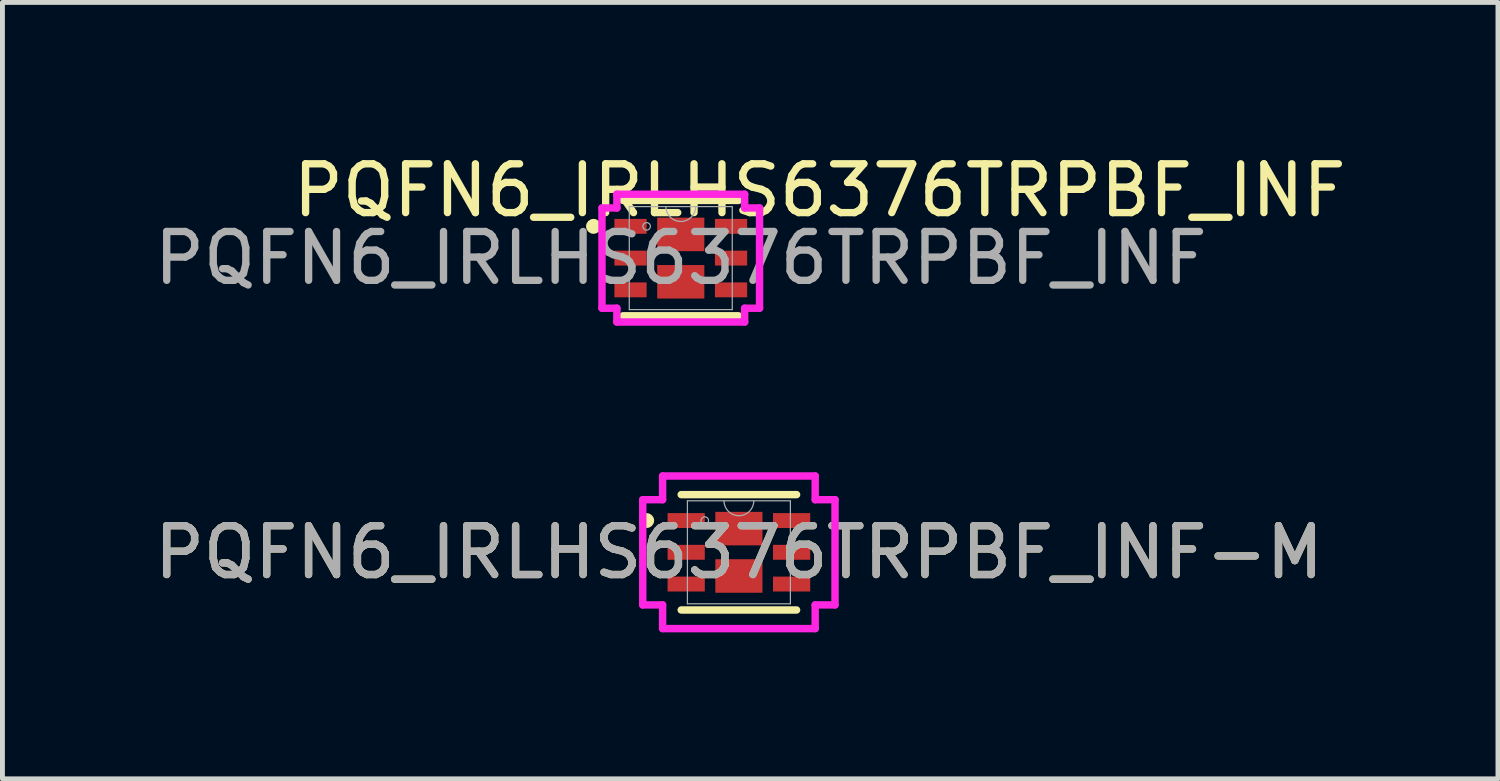
<source format=kicad_pcb>
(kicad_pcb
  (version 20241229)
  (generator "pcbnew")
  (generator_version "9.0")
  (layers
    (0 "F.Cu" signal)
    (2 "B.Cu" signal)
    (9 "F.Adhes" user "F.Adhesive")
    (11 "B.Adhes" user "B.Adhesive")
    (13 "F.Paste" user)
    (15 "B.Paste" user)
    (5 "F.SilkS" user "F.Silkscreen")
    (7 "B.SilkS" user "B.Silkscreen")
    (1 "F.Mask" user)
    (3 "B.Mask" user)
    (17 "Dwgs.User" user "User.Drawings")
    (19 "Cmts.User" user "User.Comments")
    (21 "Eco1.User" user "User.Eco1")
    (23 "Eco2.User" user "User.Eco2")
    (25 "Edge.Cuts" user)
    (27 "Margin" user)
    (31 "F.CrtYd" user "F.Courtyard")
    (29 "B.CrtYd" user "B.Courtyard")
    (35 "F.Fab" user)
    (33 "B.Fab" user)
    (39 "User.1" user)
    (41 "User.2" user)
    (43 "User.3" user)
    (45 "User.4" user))
  (footprint "PQFN6_IRLHS6376TRPBF_INF-M"
    (layer "F.Cu")
    (at 12.077 8.257)
    (property "Reference" "PQFN6_IRLHS6376TRPBF_INF-M" (at 0 0 0) (unlocked yes) (layer "F.SilkS") (effects (font (size 1 1) (thickness 0.15))))
    (attr smd)
    (fp_line (start -1.181 1.181) (end 1.181 1.181) (stroke (width 0.152) (type solid)) (layer "F.SilkS"))
    (fp_line (start 1.181 -1.181) (end -1.181 -1.181) (stroke (width 0.152) (type solid)) (layer "F.SilkS"))
    (fp_circle (center -1.887 -0.65) (end -1.811 -0.65) (stroke (width 0.152) (type solid)) (fill no) (layer "F.SilkS"))
    (fp_line (start -1.968 -1.077) (end -1.562 -1.077) (stroke (width 0.152) (type solid)) (layer "F.CrtYd"))
    (fp_line (start -1.968 1.077) (end -1.968 -1.077) (stroke (width 0.152) (type solid)) (layer "F.CrtYd"))
    (fp_line (start -1.968 1.077) (end -1.562 1.077) (stroke (width 0.152) (type solid)) (layer "F.CrtYd"))
    (fp_line (start -1.562 -1.562) (end 1.562 -1.562) (stroke (width 0.152) (type solid)) (layer "F.CrtYd"))
    (fp_line (start -1.562 -1.077) (end -1.562 -1.562) (stroke (width 0.152) (type solid)) (layer "F.CrtYd"))
    (fp_line (start -1.562 1.562) (end -1.562 1.077) (stroke (width 0.152) (type solid)) (layer "F.CrtYd"))
    (fp_line (start 1.562 -1.562) (end 1.562 -1.077) (stroke (width 0.152) (type solid)) (layer "F.CrtYd"))
    (fp_line (start 1.562 1.077) (end 1.562 1.562) (stroke (width 0.152) (type solid)) (layer "F.CrtYd"))
    (fp_line (start 1.562 1.562) (end -1.562 1.562) (stroke (width 0.152) (type solid)) (layer "F.CrtYd"))
    (fp_line (start 1.968 -1.077) (end 1.562 -1.077) (stroke (width 0.152) (type solid)) (layer "F.CrtYd"))
    (fp_line (start 1.968 -1.077) (end 1.968 1.077) (stroke (width 0.152) (type solid)) (layer "F.CrtYd"))
    (fp_line (start 1.968 1.077) (end 1.562 1.077) (stroke (width 0.152) (type solid)) (layer "F.CrtYd"))
    (fp_line (start -1.054 -1.054) (end -1.054 1.054) (stroke (width 0.025) (type solid)) (layer "F.Fab"))
    (fp_line (start -1.054 1.054) (end 1.054 1.054) (stroke (width 0.025) (type solid)) (layer "F.Fab"))
    (fp_line (start 1.054 -1.054) (end -1.054 -1.054) (stroke (width 0.025) (type solid)) (layer "F.Fab"))
    (fp_line (start 1.054 1.054) (end 1.054 -1.054) (stroke (width 0.025) (type solid)) (layer "F.Fab"))
    (fp_arc (start 0.3048 -1.0541) (mid 0 -0.7493) (end -0.3048 -1.0541) (stroke (width 0.0254) (type solid)) (layer "F.Fab"))
    (fp_circle (center -0.699 -0.65) (end -0.622 -0.65) (stroke (width 0.025) (type solid)) (fill no) (layer "F.Fab"))
    (fp_text user "${REFERENCE}" (at 0 0 0) (unlocked yes) (layer "F.Fab") (effects (font (size 1 1) (thickness 0.15))))
    (pad "1" smd rect (at -1.079 -0.65) (size 0.762 0.305) (layers "F.Cu" "F.Mask" "F.Paste"))
    (pad "2" smd rect (at -1.079 0) (size 0.762 0.305) (layers "F.Cu" "F.Mask" "F.Paste"))
    (pad "3" smd rect (at -1.079 0.65) (size 0.762 0.305) (layers "F.Cu" "F.Mask" "F.Paste"))
    (pad "4" smd rect (at 1.079 0.65) (size 0.762 0.305) (layers "F.Cu" "F.Mask" "F.Paste"))
    (pad "5" smd rect (at 1.079 0) (size 0.762 0.305) (layers "F.Cu" "F.Mask" "F.Paste"))
    (pad "6" smd rect (at 1.079 -0.65) (size 0.762 0.305) (layers "F.Cu" "F.Mask" "F.Paste"))
    (pad "7" smd rect (at 0 -0.485) (size 0.965 0.686) (layers "F.Cu" "F.Mask" "F.Paste"))
    (pad "8" smd rect (at 0 0.485) (size 0.965 0.686) (layers "F.Cu" "F.Mask" "F.Paste")))
  (footprint "PQFN6_IRLHS6376TRPBF_INF"
    (layer "F.Cu")
    (at 10.887 2.234)
    (property "Reference" "PQFN6_IRLHS6376TRPBF_INF" (at 2.843 -1.386 0) (unlocked yes) (layer "F.SilkS") (effects (font (size 1 1) (thickness 0.15))))
    (attr smd)
    (fp_line (start -1.181 1.181) (end 1.181 1.181) (stroke (width 0.152) (type solid)) (layer "F.SilkS"))
    (fp_line (start 1.181 -1.181) (end -1.181 -1.181) (stroke (width 0.152) (type solid)) (layer "F.SilkS"))
    (fp_circle (center -1.786 -0.65) (end -1.709 -0.65) (stroke (width 0.152) (type solid)) (fill no) (layer "F.SilkS"))
    (fp_line (start -1.613 -1.026) (end -1.308 -1.026) (stroke (width 0.152) (type solid)) (layer "F.CrtYd"))
    (fp_line (start -1.613 1.026) (end -1.613 -1.026) (stroke (width 0.152) (type solid)) (layer "F.CrtYd"))
    (fp_line (start -1.613 1.026) (end -1.308 1.026) (stroke (width 0.152) (type solid)) (layer "F.CrtYd"))
    (fp_line (start -1.308 -1.308) (end 1.308 -1.308) (stroke (width 0.152) (type solid)) (layer "F.CrtYd"))
    (fp_line (start -1.308 -1.026) (end -1.308 -1.308) (stroke (width 0.152) (type solid)) (layer "F.CrtYd"))
    (fp_line (start -1.308 1.308) (end -1.308 1.026) (stroke (width 0.152) (type solid)) (layer "F.CrtYd"))
    (fp_line (start 1.308 -1.308) (end 1.308 -1.026) (stroke (width 0.152) (type solid)) (layer "F.CrtYd"))
    (fp_line (start 1.308 1.026) (end 1.308 1.308) (stroke (width 0.152) (type solid)) (layer "F.CrtYd"))
    (fp_line (start 1.308 1.308) (end -1.308 1.308) (stroke (width 0.152) (type solid)) (layer "F.CrtYd"))
    (fp_line (start 1.613 -1.026) (end 1.308 -1.026) (stroke (width 0.152) (type solid)) (layer "F.CrtYd"))
    (fp_line (start 1.613 -1.026) (end 1.613 1.026) (stroke (width 0.152) (type solid)) (layer "F.CrtYd"))
    (fp_line (start 1.613 1.026) (end 1.308 1.026) (stroke (width 0.152) (type solid)) (layer "F.CrtYd"))
    (fp_line (start -1.054 -1.054) (end -1.054 1.054) (stroke (width 0.025) (type solid)) (layer "F.Fab"))
    (fp_line (start -1.054 1.054) (end 1.054 1.054) (stroke (width 0.025) (type solid)) (layer "F.Fab"))
    (fp_line (start 1.054 -1.054) (end -1.054 -1.054) (stroke (width 0.025) (type solid)) (layer "F.Fab"))
    (fp_line (start 1.054 1.054) (end 1.054 -1.054) (stroke (width 0.025) (type solid)) (layer "F.Fab"))
    (fp_arc (start 0.3048 -1.0541) (mid 0 -0.7493) (end -0.3048 -1.0541) (stroke (width 0.0254) (type solid)) (layer "F.Fab"))
    (fp_circle (center -0.699 -0.65) (end -0.622 -0.65) (stroke (width 0.025) (type solid)) (fill no) (layer "F.Fab"))
    (fp_text user "${REFERENCE}" (at 0 0 0) (unlocked yes) (layer "F.Fab") (effects (font (size 1 1) (thickness 0.15))))
    (pad "1" smd rect (at -1.029 -0.65) (size 0.66 0.305) (layers "F.Cu" "F.Mask" "F.Paste"))
    (pad "2" smd rect (at -1.029 0) (size 0.66 0.305) (layers "F.Cu" "F.Mask" "F.Paste"))
    (pad "3" smd rect (at -1.029 0.65) (size 0.66 0.305) (layers "F.Cu" "F.Mask" "F.Paste"))
    (pad "4" smd rect (at 1.029 0.65) (size 0.66 0.305) (layers "F.Cu" "F.Mask" "F.Paste"))
    (pad "5" smd rect (at 1.029 0) (size 0.66 0.305) (layers "F.Cu" "F.Mask" "F.Paste"))
    (pad "6" smd rect (at 1.029 -0.65) (size 0.66 0.305) (layers "F.Cu" "F.Mask" "F.Paste"))
    (pad "7" smd rect (at 0 -0.485) (size 0.965 0.686) (layers "F.Cu" "F.Mask" "F.Paste"))
    (pad "8" smd rect (at 0 0.485) (size 0.965 0.686) (layers "F.Cu" "F.Mask" "F.Paste")))
  (gr_rect
    (start -3 -3)
    (end 27.617 12.895)
    (stroke (width 0.1) (type default))
    (fill no)
    (layer "Edge.Cuts")))
</source>
